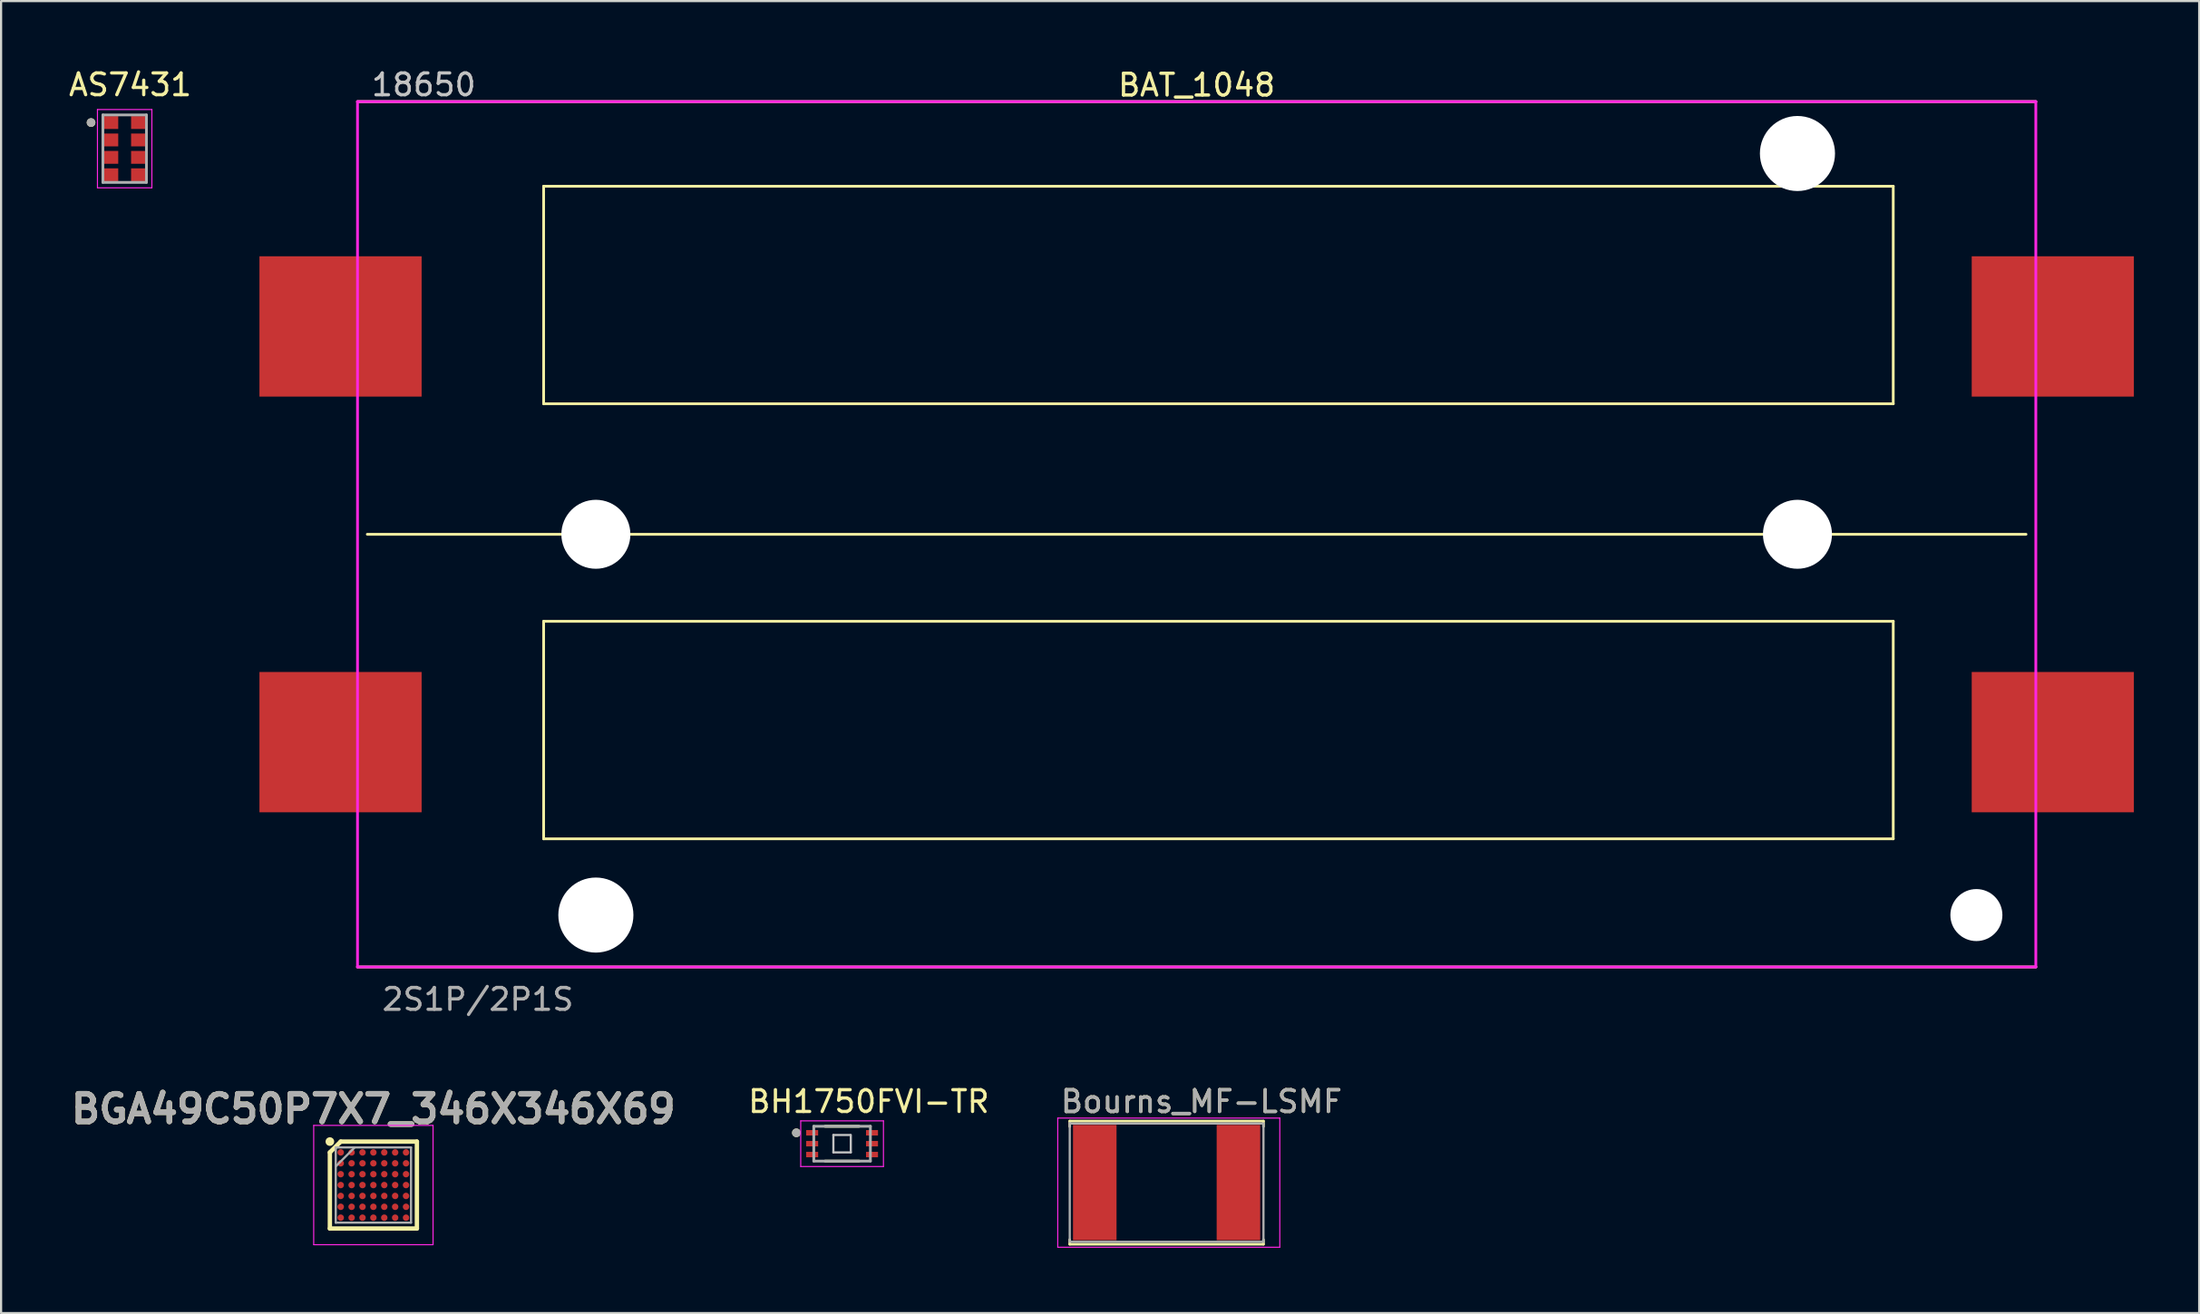
<source format=kicad_pcb>
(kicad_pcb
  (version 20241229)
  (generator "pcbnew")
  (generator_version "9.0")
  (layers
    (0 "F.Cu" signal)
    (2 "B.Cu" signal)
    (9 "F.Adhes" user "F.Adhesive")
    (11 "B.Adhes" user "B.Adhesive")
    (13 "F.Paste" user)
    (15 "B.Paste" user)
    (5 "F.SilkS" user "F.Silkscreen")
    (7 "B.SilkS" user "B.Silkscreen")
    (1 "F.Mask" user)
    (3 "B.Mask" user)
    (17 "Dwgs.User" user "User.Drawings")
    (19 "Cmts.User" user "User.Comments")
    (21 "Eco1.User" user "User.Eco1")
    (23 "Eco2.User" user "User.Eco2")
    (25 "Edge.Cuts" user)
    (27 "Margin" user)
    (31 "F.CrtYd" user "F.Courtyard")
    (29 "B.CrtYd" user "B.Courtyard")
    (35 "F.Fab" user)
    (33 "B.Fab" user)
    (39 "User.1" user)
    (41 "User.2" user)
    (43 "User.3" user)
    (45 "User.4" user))
  (footprint "AS7431"
    (layer "F.Cu")
    (at 2.677 3.784)
    (property "Reference" "AS7431" (at 0.257 -2.936 0) (layer "F.SilkS") (effects (font (size 1 1) (thickness 0.15))))
    (attr through_hole)
    (fp_circle (center -1.544 -1.2) (end -1.444 -1.2) (stroke (width 0.2) (type solid)) (fill no) (layer "F.SilkS"))
    (fp_line (start -1.25 -1.8) (end -1.25 1.8) (stroke (width 0.05) (type solid)) (layer "F.CrtYd"))
    (fp_line (start -1.25 1.8) (end 1.25 1.8) (stroke (width 0.05) (type solid)) (layer "F.CrtYd"))
    (fp_line (start 1.25 -1.8) (end -1.25 -1.8) (stroke (width 0.05) (type solid)) (layer "F.CrtYd"))
    (fp_line (start 1.25 1.8) (end 1.25 -1.8) (stroke (width 0.05) (type solid)) (layer "F.CrtYd"))
    (fp_line (start -1 -1.55) (end 1 -1.55) (stroke (width 0.127) (type solid)) (layer "F.Fab"))
    (fp_line (start -1 1.55) (end -1 -1.55) (stroke (width 0.127) (type solid)) (layer "F.Fab"))
    (fp_line (start 1 -1.55) (end 1 1.55) (stroke (width 0.127) (type solid)) (layer "F.Fab"))
    (fp_line (start 1 1.55) (end -1 1.55) (stroke (width 0.127) (type solid)) (layer "F.Fab"))
    (fp_circle (center -1.544 -1.2) (end -1.444 -1.2) (stroke (width 0.2) (type solid)) (fill no) (layer "F.Fab"))
    (pad "1" smd rect (at -0.64 -1.2) (size 0.69 0.59) (layers "F.Cu" "F.Mask" "F.Paste"))
    (pad "2" smd rect (at -0.64 -0.4) (size 0.69 0.59) (layers "F.Cu" "F.Mask" "F.Paste"))
    (pad "3" smd rect (at -0.64 0.4) (size 0.69 0.59) (layers "F.Cu" "F.Mask" "F.Paste"))
    (pad "4" smd rect (at -0.64 1.2) (size 0.69 0.59) (layers "F.Cu" "F.Mask" "F.Paste"))
    (pad "5" smd rect (at 0.64 1.2) (size 0.69 0.59) (layers "F.Cu" "F.Mask" "F.Paste"))
    (pad "6" smd rect (at 0.64 0.4) (size 0.69 0.59) (layers "F.Cu" "F.Mask" "F.Paste"))
    (pad "7" smd rect (at 0.64 -0.4) (size 0.69 0.59) (layers "F.Cu" "F.Mask" "F.Paste"))
    (pad "8" smd rect (at 0.64 -1.2) (size 0.69 0.59) (layers "F.Cu" "F.Mask" "F.Paste")))
  (footprint "BAT_1048"
    (layer "F.Cu")
    (at 51.924 21.512)
    (property "Reference" "BAT_1048" (at 0 -20.65 0) (layer "F.SilkS") (effects (font (size 1.001 1.001) (thickness 0.15))))
    (attr through_hole)
    (fp_line (start -38.55 -19.89) (end 38.55 -19.89) (stroke (width 0.127) (type solid)) (layer "F.SilkS"))
    (fp_line (start -30 -16) (end -30 -6) (stroke (width 0.127) (type solid)) (layer "F.SilkS"))
    (fp_line (start -30 -6) (end 32 -6) (stroke (width 0.127) (type solid)) (layer "F.SilkS"))
    (fp_line (start -30 4) (end -30 14) (stroke (width 0.127) (type solid)) (layer "F.SilkS"))
    (fp_line (start -30 14) (end 32 14) (stroke (width 0.127) (type solid)) (layer "F.SilkS"))
    (fp_line (start 32 -16) (end -30 -16) (stroke (width 0.127) (type solid)) (layer "F.SilkS"))
    (fp_line (start 32 -6) (end 32 -16) (stroke (width 0.127) (type solid)) (layer "F.SilkS"))
    (fp_line (start 32 4) (end -30 4) (stroke (width 0.127) (type solid)) (layer "F.SilkS"))
    (fp_line (start 32 14) (end 32 4) (stroke (width 0.127) (type solid)) (layer "F.SilkS"))
    (fp_line (start 38.1 0) (end -38.1 0) (stroke (width 0.127) (type solid)) (layer "F.SilkS"))
    (fp_line (start 38.55 19.89) (end -38.55 19.89) (stroke (width 0.127) (type solid)) (layer "F.SilkS"))
    (fp_line (start -38.55 -19.89) (end 38.55 -19.89) (stroke (width 0.127) (type solid)) (layer "F.CrtYd"))
    (fp_line (start -38.55 19.89) (end -38.55 -19.89) (stroke (width 0.127) (type solid)) (layer "F.CrtYd"))
    (fp_line (start 38.55 -19.89) (end 38.55 19.89) (stroke (width 0.127) (type solid)) (layer "F.CrtYd"))
    (fp_line (start 38.55 19.89) (end -38.55 19.89) (stroke (width 0.127) (type solid)) (layer "F.CrtYd"))
    (fp_text user "18650" (at -35.508 -20.663 0) (layer "Dwgs.User") (effects (font (size 1.001 1.001) (thickness 0.15))))
    (fp_text user "2S1P/2P1S" (at -33.02 21.38 0) (layer "F.Fab") (effects (font (size 1.001 1.001) (thickness 0.15))))
    (pad "" np_thru_hole circle (at -27.6 0) (size 3.17 3.17) (drill 3.17) (layers "*.Cu" "*.Mask"))
    (pad "" np_thru_hole circle (at -27.6 17.505) (size 3.45 3.45) (drill 3.45) (layers "*.Cu" "*.Mask"))
    (pad "" np_thru_hole circle (at 27.6 -17.505) (size 3.45 3.45) (drill 3.45) (layers "*.Cu" "*.Mask"))
    (pad "" np_thru_hole circle (at 27.6 0) (size 3.17 3.17) (drill 3.17) (layers "*.Cu" "*.Mask"))
    (pad "" np_thru_hole circle (at 35.82 17.505) (size 2.39 2.39) (drill 2.39) (layers "*.Cu" "*.Mask"))
    (pad "C1+" smd rect (at -39.33 -9.555) (size 7.45 6.45) (layers "F.Cu" "F.Mask" "F.Paste"))
    (pad "C1-" smd rect (at 39.33 -9.555) (size 7.45 6.45) (layers "F.Cu" "F.Mask" "F.Paste"))
    (pad "C2+" smd rect (at 39.33 9.555) (size 7.45 6.45) (layers "F.Cu" "F.Mask" "F.Paste"))
    (pad "C2-" smd rect (at -39.33 9.555) (size 7.45 6.45) (layers "F.Cu" "F.Mask" "F.Paste")))
  (footprint "BGA49C50P7X7_346X346X69"
    (layer "F.Cu")
    (at 14.103 51.429)
    (property "Reference" "BGA49C50P7X7_346X346X69" (at 0 -3.5 0) (layer "F.SilkS") (effects (font (size 1.27 1.27) (thickness 0.254))))
    (attr smd)
    (fp_line (start -1.999 -1.5) (end -1.5 -1.999) (stroke (width 0.2) (type solid)) (layer "F.SilkS"))
    (fp_line (start -1.999 1.999) (end -1.999 -1.5) (stroke (width 0.2) (type solid)) (layer "F.SilkS"))
    (fp_line (start -1.5 -1.999) (end 1.999 -1.999) (stroke (width 0.2) (type solid)) (layer "F.SilkS"))
    (fp_line (start 1.999 -1.999) (end 1.999 1.999) (stroke (width 0.2) (type solid)) (layer "F.SilkS"))
    (fp_line (start 1.999 1.999) (end -1.999 1.999) (stroke (width 0.2) (type solid)) (layer "F.SilkS"))
    (fp_circle (center -1.999 -1.999) (end -1.999 -1.899) (stroke (width 0.2) (type solid)) (fill no) (layer "F.SilkS"))
    (fp_line (start -2.742 -2.742) (end 2.741 -2.742) (stroke (width 0.05) (type solid)) (layer "F.CrtYd"))
    (fp_line (start -2.742 2.741) (end -2.742 -2.742) (stroke (width 0.05) (type solid)) (layer "F.CrtYd"))
    (fp_line (start 2.741 -2.742) (end 2.741 2.741) (stroke (width 0.05) (type solid)) (layer "F.CrtYd"))
    (fp_line (start 2.741 2.741) (end -2.742 2.741) (stroke (width 0.05) (type solid)) (layer "F.CrtYd"))
    (fp_line (start -1.729 -1.729) (end 1.729 -1.729) (stroke (width 0.1) (type solid)) (layer "F.Fab"))
    (fp_line (start -1.729 -0.858) (end -0.858 -1.729) (stroke (width 0.1) (type solid)) (layer "F.Fab"))
    (fp_line (start -1.729 1.729) (end -1.729 -1.729) (stroke (width 0.1) (type solid)) (layer "F.Fab"))
    (fp_line (start 1.729 -1.729) (end 1.729 1.729) (stroke (width 0.1) (type solid)) (layer "F.Fab"))
    (fp_line (start 1.729 1.729) (end -1.729 1.729) (stroke (width 0.1) (type solid)) (layer "F.Fab"))
    (fp_text user "${REFERENCE}" (at 0 -3.5 0) (layer "F.Fab") (effects (font (size 1.27 1.27) (thickness 0.254))))
    (pad "A1" smd circle (at -1.5 -1.5 90) (size 0.298 0.298) (layers "F.Cu" "F.Mask" "F.Paste"))
    (pad "A2" smd circle (at -1 -1.5 90) (size 0.298 0.298) (layers "F.Cu" "F.Mask" "F.Paste"))
    (pad "A3" smd circle (at -0.5 -1.5 90) (size 0.298 0.298) (layers "F.Cu" "F.Mask" "F.Paste"))
    (pad "A4" smd circle (at 0 -1.5 90) (size 0.298 0.298) (layers "F.Cu" "F.Mask" "F.Paste"))
    (pad "A5" smd circle (at 0.5 -1.5 90) (size 0.298 0.298) (layers "F.Cu" "F.Mask" "F.Paste"))
    (pad "A6" smd circle (at 1 -1.5 90) (size 0.298 0.298) (layers "F.Cu" "F.Mask" "F.Paste"))
    (pad "A7" smd circle (at 1.5 -1.5 90) (size 0.298 0.298) (layers "F.Cu" "F.Mask" "F.Paste"))
    (pad "B1" smd circle (at -1.5 -1 90) (size 0.298 0.298) (layers "F.Cu" "F.Mask" "F.Paste"))
    (pad "B2" smd circle (at -1 -1 90) (size 0.298 0.298) (layers "F.Cu" "F.Mask" "F.Paste"))
    (pad "B3" smd circle (at -0.5 -1 90) (size 0.298 0.298) (layers "F.Cu" "F.Mask" "F.Paste"))
    (pad "B4" smd circle (at 0 -1 90) (size 0.298 0.298) (layers "F.Cu" "F.Mask" "F.Paste"))
    (pad "B5" smd circle (at 0.5 -1 90) (size 0.298 0.298) (layers "F.Cu" "F.Mask" "F.Paste"))
    (pad "B6" smd circle (at 1 -1 90) (size 0.298 0.298) (layers "F.Cu" "F.Mask" "F.Paste"))
    (pad "B7" smd circle (at 1.5 -1 90) (size 0.298 0.298) (layers "F.Cu" "F.Mask" "F.Paste"))
    (pad "C1" smd circle (at -1.5 -0.5 90) (size 0.298 0.298) (layers "F.Cu" "F.Mask" "F.Paste"))
    (pad "C2" smd circle (at -1 -0.5 90) (size 0.298 0.298) (layers "F.Cu" "F.Mask" "F.Paste"))
    (pad "C3" smd circle (at -0.5 -0.5 90) (size 0.298 0.298) (layers "F.Cu" "F.Mask" "F.Paste"))
    (pad "C4" smd circle (at 0 -0.5 90) (size 0.298 0.298) (layers "F.Cu" "F.Mask" "F.Paste"))
    (pad "C5" smd circle (at 0.5 -0.5 90) (size 0.298 0.298) (layers "F.Cu" "F.Mask" "F.Paste"))
    (pad "C6" smd circle (at 1 -0.5 90) (size 0.298 0.298) (layers "F.Cu" "F.Mask" "F.Paste"))
    (pad "C7" smd circle (at 1.5 -0.5 90) (size 0.298 0.298) (layers "F.Cu" "F.Mask" "F.Paste"))
    (pad "D1" smd circle (at -1.5 0 90) (size 0.298 0.298) (layers "F.Cu" "F.Mask" "F.Paste"))
    (pad "D2" smd circle (at -1 0 90) (size 0.298 0.298) (layers "F.Cu" "F.Mask" "F.Paste"))
    (pad "D3" smd circle (at -0.5 0 90) (size 0.298 0.298) (layers "F.Cu" "F.Mask" "F.Paste"))
    (pad "D4" smd circle (at 0 0 90) (size 0.298 0.298) (layers "F.Cu" "F.Mask" "F.Paste"))
    (pad "D5" smd circle (at 0.5 0 90) (size 0.298 0.298) (layers "F.Cu" "F.Mask" "F.Paste"))
    (pad "D6" smd circle (at 1 0 90) (size 0.298 0.298) (layers "F.Cu" "F.Mask" "F.Paste"))
    (pad "D7" smd circle (at 1.5 0 90) (size 0.298 0.298) (layers "F.Cu" "F.Mask" "F.Paste"))
    (pad "E1" smd circle (at -1.5 0.5 90) (size 0.298 0.298) (layers "F.Cu" "F.Mask" "F.Paste"))
    (pad "E2" smd circle (at -1 0.5 90) (size 0.298 0.298) (layers "F.Cu" "F.Mask" "F.Paste"))
    (pad "E3" smd circle (at -0.5 0.5 90) (size 0.298 0.298) (layers "F.Cu" "F.Mask" "F.Paste"))
    (pad "E4" smd circle (at 0 0.5 90) (size 0.298 0.298) (layers "F.Cu" "F.Mask" "F.Paste"))
    (pad "E5" smd circle (at 0.5 0.5 90) (size 0.298 0.298) (layers "F.Cu" "F.Mask" "F.Paste"))
    (pad "E6" smd circle (at 1 0.5 90) (size 0.298 0.298) (layers "F.Cu" "F.Mask" "F.Paste"))
    (pad "E7" smd circle (at 1.5 0.5 90) (size 0.298 0.298) (layers "F.Cu" "F.Mask" "F.Paste"))
    (pad "F1" smd circle (at -1.5 1 90) (size 0.298 0.298) (layers "F.Cu" "F.Mask" "F.Paste"))
    (pad "F2" smd circle (at -1 1 90) (size 0.298 0.298) (layers "F.Cu" "F.Mask" "F.Paste"))
    (pad "F3" smd circle (at -0.5 1 90) (size 0.298 0.298) (layers "F.Cu" "F.Mask" "F.Paste"))
    (pad "F4" smd circle (at 0 1 90) (size 0.298 0.298) (layers "F.Cu" "F.Mask" "F.Paste"))
    (pad "F5" smd circle (at 0.5 1 90) (size 0.298 0.298) (layers "F.Cu" "F.Mask" "F.Paste"))
    (pad "F6" smd circle (at 1 1 90) (size 0.298 0.298) (layers "F.Cu" "F.Mask" "F.Paste"))
    (pad "F7" smd circle (at 1.5 1 90) (size 0.298 0.298) (layers "F.Cu" "F.Mask" "F.Paste"))
    (pad "G1" smd circle (at -1.5 1.5 90) (size 0.298 0.298) (layers "F.Cu" "F.Mask" "F.Paste"))
    (pad "G2" smd circle (at -1 1.5 90) (size 0.298 0.298) (layers "F.Cu" "F.Mask" "F.Paste"))
    (pad "G3" smd circle (at -0.5 1.5 90) (size 0.298 0.298) (layers "F.Cu" "F.Mask" "F.Paste"))
    (pad "G4" smd circle (at 0 1.5 90) (size 0.298 0.298) (layers "F.Cu" "F.Mask" "F.Paste"))
    (pad "G5" smd circle (at 0.5 1.5 90) (size 0.298 0.298) (layers "F.Cu" "F.Mask" "F.Paste"))
    (pad "G6" smd circle (at 1 1.5 90) (size 0.298 0.298) (layers "F.Cu" "F.Mask" "F.Paste"))
    (pad "G7" smd circle (at 1.5 1.5 90) (size 0.298 0.298) (layers "F.Cu" "F.Mask" "F.Paste")))
  (footprint "BH1750FVI-TR"
    (layer "F.Cu")
    (at 35.635 49.527)
    (property "Reference" "BH1750FVI-TR" (at 1.227 -1.937 0) (layer "F.SilkS") (effects (font (size 1.001 1.001) (thickness 0.15))))
    (attr through_hole)
    (fp_line (start -0.78 0.8) (end 0.78 0.8) (stroke (width 0.127) (type solid)) (layer "F.SilkS"))
    (fp_line (start 0.78 -0.8) (end -0.78 -0.8) (stroke (width 0.127) (type solid)) (layer "F.SilkS"))
    (fp_circle (center -2.1 -0.5) (end -2 -0.5) (stroke (width 0.2) (type solid)) (fill no) (layer "F.SilkS"))
    (fp_line (start -0.4 -0.4) (end -0.4 0.4) (stroke (width 0.1) (type solid)) (layer "Dwgs.User"))
    (fp_line (start -0.4 0.4) (end 0.4 0.4) (stroke (width 0.1) (type solid)) (layer "Dwgs.User"))
    (fp_line (start 0.375 -0.4) (end -0.4 -0.4) (stroke (width 0.1) (type solid)) (layer "Dwgs.User"))
    (fp_line (start 0.4 0.4) (end 0.4 -0.4) (stroke (width 0.1) (type solid)) (layer "Dwgs.User"))
    (fp_line (start -1.9 -1.05) (end 1.9 -1.05) (stroke (width 0.05) (type solid)) (layer "F.CrtYd"))
    (fp_line (start -1.9 1.05) (end -1.9 -1.05) (stroke (width 0.05) (type solid)) (layer "F.CrtYd"))
    (fp_line (start 1.9 -1.05) (end 1.9 1.05) (stroke (width 0.05) (type solid)) (layer "F.CrtYd"))
    (fp_line (start 1.9 1.05) (end -1.9 1.05) (stroke (width 0.05) (type solid)) (layer "F.CrtYd"))
    (fp_line (start -1.3 -0.8) (end -1.3 0.8) (stroke (width 0.127) (type solid)) (layer "F.Fab"))
    (fp_line (start -1.3 0.8) (end 1.3 0.8) (stroke (width 0.127) (type solid)) (layer "F.Fab"))
    (fp_line (start 1.3 -0.8) (end -1.3 -0.8) (stroke (width 0.127) (type solid)) (layer "F.Fab"))
    (fp_line (start 1.3 0.8) (end 1.3 -0.8) (stroke (width 0.127) (type solid)) (layer "F.Fab"))
    (fp_circle (center -2.1 -0.5) (end -2 -0.5) (stroke (width 0.2) (type solid)) (fill no) (layer "F.Fab"))
    (pad "1" smd rect (at -1.375 -0.5) (size 0.55 0.25) (layers "F.Cu" "F.Mask" "F.Paste"))
    (pad "2" smd rect (at -1.375 0) (size 0.55 0.25) (layers "F.Cu" "F.Mask" "F.Paste"))
    (pad "3" smd rect (at -1.375 0.5) (size 0.55 0.25) (layers "F.Cu" "F.Mask" "F.Paste"))
    (pad "4" smd rect (at 1.375 0.5) (size 0.55 0.25) (layers "F.Cu" "F.Mask" "F.Paste"))
    (pad "5" smd rect (at 1.375 0) (size 0.55 0.25) (layers "F.Cu" "F.Mask" "F.Paste"))
    (pad "6" smd rect (at 1.375 -0.5) (size 0.55 0.25) (layers "F.Cu" "F.Mask" "F.Paste")))
  (footprint "Bourns_MF-LSMF"
    (layer "F.Cu")
    (at 50.543 51.589)
    (property "Reference" "Bourns_MF-LSMF" (at 1.6 -4 0) (unlocked yes) (layer "F.SilkS") (effects (font (size 1 1) (thickness 0.15))))
    (attr smd)
    (fp_line (start -4.45 -3.1) (end -4.45 -2.85) (stroke (width 0.12) (type solid)) (layer "F.SilkS"))
    (fp_line (start -4.45 -3.1) (end 4.45 -3.1) (stroke (width 0.12) (type solid)) (layer "F.SilkS"))
    (fp_line (start -4.45 2.56) (end -4.45 2.35) (stroke (width 0.12) (type solid)) (layer "F.SilkS"))
    (fp_line (start -4.45 2.56) (end 4.45 2.56) (stroke (width 0.12) (type solid)) (layer "F.SilkS"))
    (fp_line (start 4.45 -3.1) (end 4.45 -2.85) (stroke (width 0.12) (type solid)) (layer "F.SilkS"))
    (fp_line (start 4.45 2.56) (end 4.45 2.35) (stroke (width 0.12) (type solid)) (layer "F.SilkS"))
    (fp_line (start -5 -3.24) (end 5.2 -3.24) (stroke (width 0.05) (type solid)) (layer "F.CrtYd"))
    (fp_line (start -5 2.7) (end -5 -3.24) (stroke (width 0.05) (type solid)) (layer "F.CrtYd"))
    (fp_line (start 5.2 -3.24) (end 5.2 2.7) (stroke (width 0.05) (type solid)) (layer "F.CrtYd"))
    (fp_line (start 5.2 2.7) (end -5 2.7) (stroke (width 0.05) (type solid)) (layer "F.CrtYd"))
    (fp_line (start -4.45 -2.99) (end 4.45 -2.99) (stroke (width 0.1) (type solid)) (layer "F.Fab"))
    (fp_line (start -4.45 2.42) (end -4.45 -3.02) (stroke (width 0.1) (type solid)) (layer "F.Fab"))
    (fp_line (start 4.45 -2.99) (end 4.45 2.45) (stroke (width 0.1) (type solid)) (layer "F.Fab"))
    (fp_line (start 4.45 2.45) (end -4.45 2.45) (stroke (width 0.1) (type solid)) (layer "F.Fab"))
    (fp_text user "${REFERENCE}" (at 1.6 -4 0) (unlocked yes) (layer "F.Fab") (effects (font (size 1 1) (thickness 0.15))))
    (pad "1" smd rect (at -3.3 -0.275) (size 2 5.3) (layers "F.Cu" "F.Mask" "F.Paste"))
    (pad "2" smd rect (at 3.3 -0.275) (size 2 5.3) (layers "F.Cu" "F.Mask" "F.Paste")))
  (gr_rect
    (start -3 -3)
    (end 97.979 57.314)
    (stroke (width 0.1) (type default))
    (fill no)
    (layer "Edge.Cuts")))
</source>
